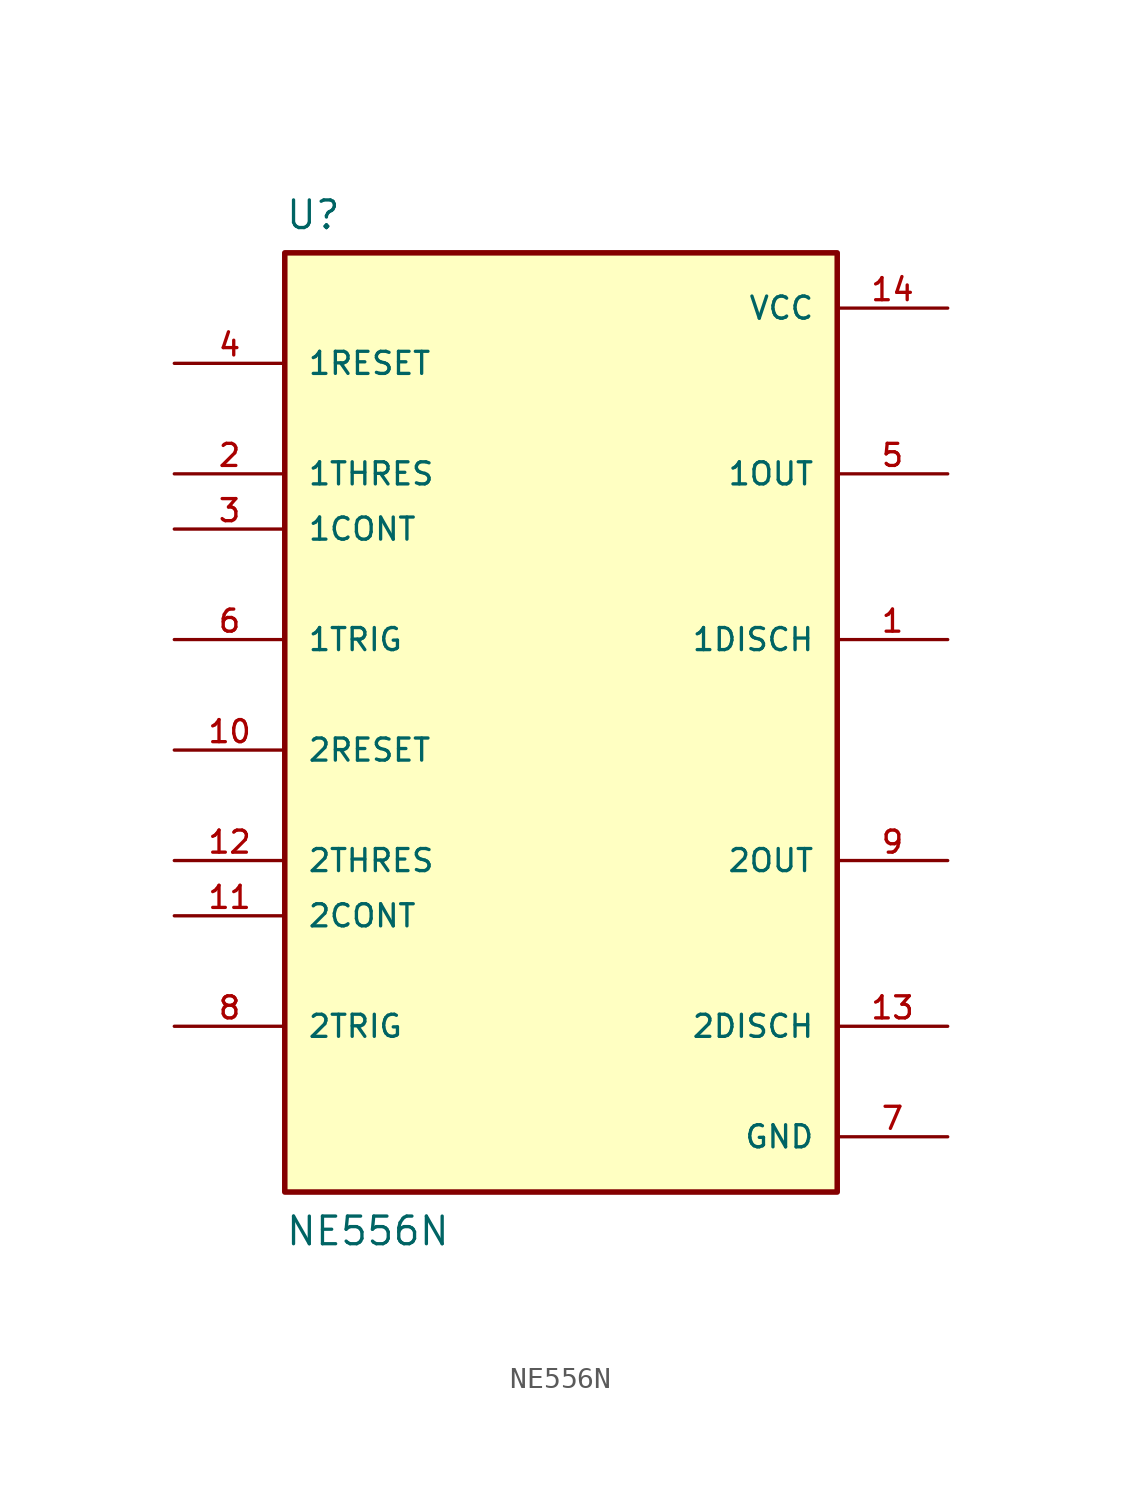
<source format=kicad_sym>
(kicad_symbol_lib
  (version 20211014)
  (generator kicad_symbol_editor)
  (symbol "NE556N"
    (pin_names
      (offset 1.016))
    (property "Reference" "U"
      (at -12.7 21.32 0.0)
      (effects (font (size 1.27 1.27)) (justify bottom left)))
    (property "Value" "NE556N"
      (at -12.7 -25.4 0.0)
      (effects (font (size 1.27 1.27)) (justify bottom left)))
    (symbol "NE556N_0_0"
      (rectangle (start -12.7 -22.86) (end 12.7 20.32) (stroke (width 0.254)) (fill (type background)))
      (pin input line (at -17.78 7.62 0) (length 5.08) (name "1CONT" (effects (font (size 1.016 1.016)))) (number "3" (effects (font (size 1.016 1.016)))))
      (pin input line (at -17.78 15.24 0) (length 5.08) (name "1RESET" (effects (font (size 1.016 1.016)))) (number "4" (effects (font (size 1.016 1.016)))))
      (pin input line (at -17.78 10.16 0) (length 5.08) (name "1THRES" (effects (font (size 1.016 1.016)))) (number "2" (effects (font (size 1.016 1.016)))))
      (pin input line (at -17.78 2.54 0) (length 5.08) (name "1TRIG" (effects (font (size 1.016 1.016)))) (number "6" (effects (font (size 1.016 1.016)))))
      (pin input line (at -17.78 -10.16 0) (length 5.08) (name "2CONT" (effects (font (size 1.016 1.016)))) (number "11" (effects (font (size 1.016 1.016)))))
      (pin input line (at -17.78 -2.54 0) (length 5.08) (name "2RESET" (effects (font (size 1.016 1.016)))) (number "10" (effects (font (size 1.016 1.016)))))
      (pin input line (at -17.78 -7.62 0) (length 5.08) (name "2THRES" (effects (font (size 1.016 1.016)))) (number "12" (effects (font (size 1.016 1.016)))))
      (pin input line (at -17.78 -15.24 0) (length 5.08) (name "2TRIG" (effects (font (size 1.016 1.016)))) (number "8" (effects (font (size 1.016 1.016)))))
      (pin power_in line (at 17.78 17.78 180.0) (length 5.08) (name "VCC" (effects (font (size 1.016 1.016)))) (number "14" (effects (font (size 1.016 1.016)))))
      (pin output line (at 17.78 2.54 180.0) (length 5.08) (name "1DISCH" (effects (font (size 1.016 1.016)))) (number "1" (effects (font (size 1.016 1.016)))))
      (pin output line (at 17.78 10.16 180.0) (length 5.08) (name "1OUT" (effects (font (size 1.016 1.016)))) (number "5" (effects (font (size 1.016 1.016)))))
      (pin output line (at 17.78 -15.24 180.0) (length 5.08) (name "2DISCH" (effects (font (size 1.016 1.016)))) (number "13" (effects (font (size 1.016 1.016)))))
      (pin output line (at 17.78 -7.62 180.0) (length 5.08) (name "2OUT" (effects (font (size 1.016 1.016)))) (number "9" (effects (font (size 1.016 1.016)))))
      (pin power_in line (at 17.78 -20.32 180.0) (length 5.08) (name "GND" (effects (font (size 1.016 1.016)))) (number "7" (effects (font (size 1.016 1.016))))))))
</source>
